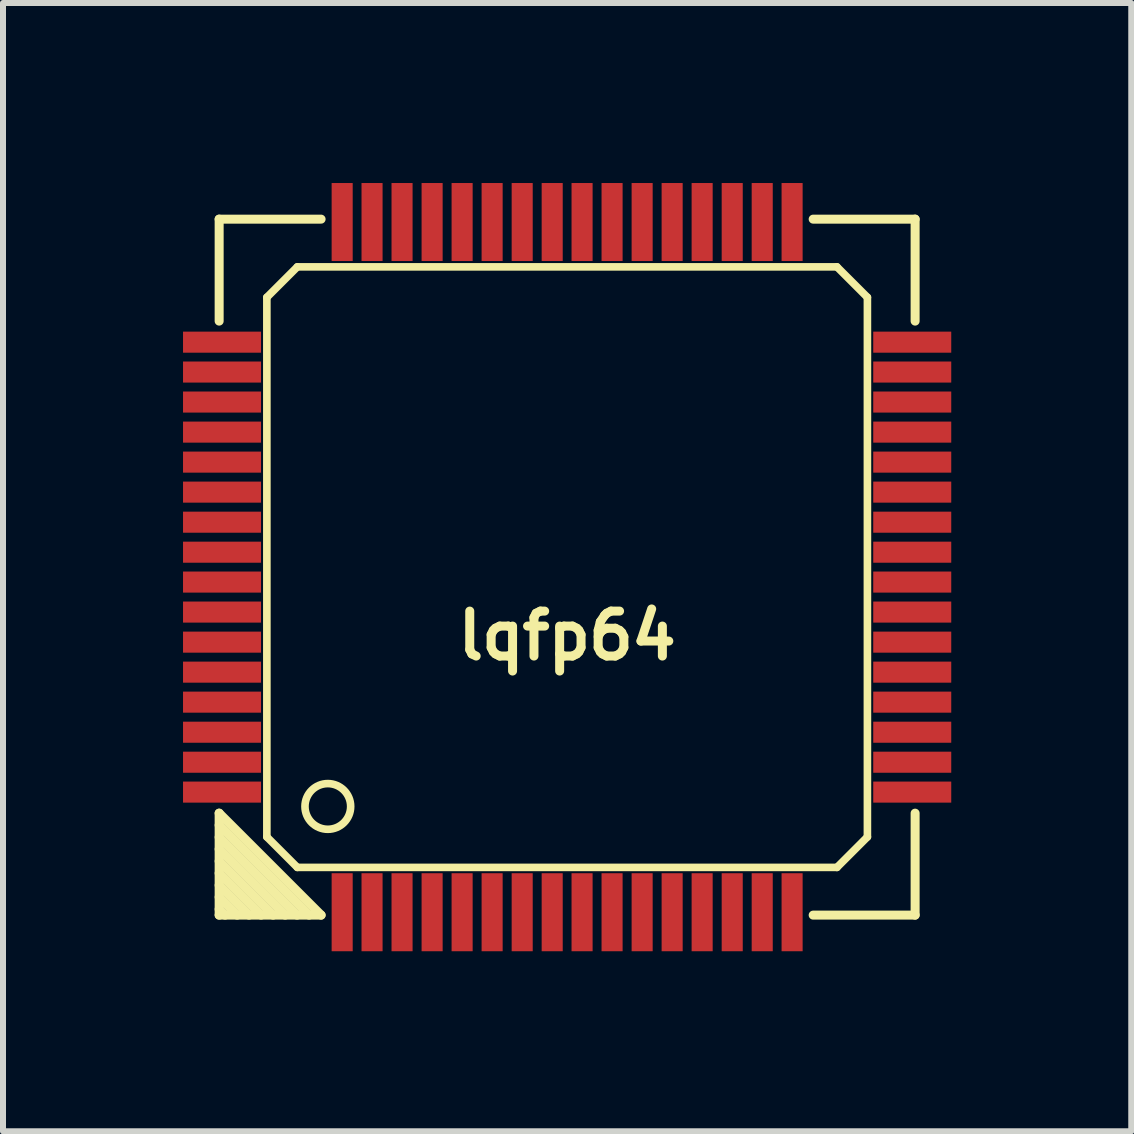
<source format=kicad_pcb>
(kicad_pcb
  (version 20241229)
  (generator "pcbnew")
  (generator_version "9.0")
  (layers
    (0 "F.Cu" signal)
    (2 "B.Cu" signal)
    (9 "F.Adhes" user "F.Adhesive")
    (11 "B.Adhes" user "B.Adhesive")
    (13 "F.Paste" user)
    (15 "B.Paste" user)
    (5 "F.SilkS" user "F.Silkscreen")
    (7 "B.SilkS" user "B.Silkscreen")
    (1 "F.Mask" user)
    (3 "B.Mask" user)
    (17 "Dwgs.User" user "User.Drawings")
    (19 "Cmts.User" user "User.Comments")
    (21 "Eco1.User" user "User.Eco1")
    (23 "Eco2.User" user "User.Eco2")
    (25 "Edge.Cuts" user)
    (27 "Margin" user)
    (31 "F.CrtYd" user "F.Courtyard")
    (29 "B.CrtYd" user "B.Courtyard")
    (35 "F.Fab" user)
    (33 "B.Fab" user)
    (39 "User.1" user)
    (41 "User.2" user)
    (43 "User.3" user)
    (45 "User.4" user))
  (footprint "lqfp64"
    (layer "F.Cu")
    (at 6.401 6.401)
    (property "Reference" "lqfp64" (at 0 1.143 0) (layer "F.SilkS") (effects (font (size 0.749 0.749) (thickness 0.15))))
    (attr smd)
    (fp_line (start -5.799 -5.799) (end -4.1 -5.799) (stroke (width 0.15) (type solid)) (layer "F.SilkS"))
    (fp_line (start -5.799 -4.1) (end -5.799 -5.799) (stroke (width 0.15) (type solid)) (layer "F.SilkS"))
    (fp_line (start -5.799 4.1) (end -4.1 5.799) (stroke (width 0.15) (type solid)) (layer "F.SilkS"))
    (fp_line (start -5.799 4.501) (end -4.501 5.799) (stroke (width 0.15) (type solid)) (layer "F.SilkS"))
    (fp_line (start -5.799 4.9) (end -4.9 5.799) (stroke (width 0.15) (type solid)) (layer "F.SilkS"))
    (fp_line (start -5.799 5.301) (end -5.301 5.799) (stroke (width 0.15) (type solid)) (layer "F.SilkS"))
    (fp_line (start -5.799 5.7) (end -5.7 5.799) (stroke (width 0.15) (type solid)) (layer "F.SilkS"))
    (fp_line (start -5.799 5.799) (end -5.799 4.1) (stroke (width 0.15) (type solid)) (layer "F.SilkS"))
    (fp_line (start -5.499 5.799) (end -5.799 5.499) (stroke (width 0.15) (type solid)) (layer "F.SilkS"))
    (fp_line (start -5.1 5.799) (end -5.799 5.1) (stroke (width 0.15) (type solid)) (layer "F.SilkS"))
    (fp_line (start -5.004 -4.496) (end -4.496 -5.004) (stroke (width 0.127) (type solid)) (layer "F.SilkS"))
    (fp_line (start -5.004 4.496) (end -5.004 -4.496) (stroke (width 0.127) (type solid)) (layer "F.SilkS"))
    (fp_line (start -4.699 5.799) (end -5.799 4.699) (stroke (width 0.15) (type solid)) (layer "F.SilkS"))
    (fp_line (start -4.496 -5.004) (end 4.496 -5.004) (stroke (width 0.127) (type solid)) (layer "F.SilkS"))
    (fp_line (start -4.496 5.004) (end -5.004 4.496) (stroke (width 0.127) (type solid)) (layer "F.SilkS"))
    (fp_line (start -4.3 5.799) (end -5.799 4.3) (stroke (width 0.15) (type solid)) (layer "F.SilkS"))
    (fp_line (start -4.1 5.799) (end -5.799 5.799) (stroke (width 0.15) (type solid)) (layer "F.SilkS"))
    (fp_line (start 4.1 -5.799) (end 5.799 -5.799) (stroke (width 0.15) (type solid)) (layer "F.SilkS"))
    (fp_line (start 4.496 -5.004) (end 5.004 -4.496) (stroke (width 0.127) (type solid)) (layer "F.SilkS"))
    (fp_line (start 4.496 5.004) (end -4.496 5.004) (stroke (width 0.127) (type solid)) (layer "F.SilkS"))
    (fp_line (start 5.004 4.496) (end 4.496 5.004) (stroke (width 0.127) (type solid)) (layer "F.SilkS"))
    (fp_line (start 5.004 4.496) (end 5.004 -4.496) (stroke (width 0.127) (type solid)) (layer "F.SilkS"))
    (fp_line (start 5.799 -5.799) (end 5.799 -4.1) (stroke (width 0.15) (type solid)) (layer "F.SilkS"))
    (fp_line (start 5.799 4.1) (end 5.799 5.799) (stroke (width 0.15) (type solid)) (layer "F.SilkS"))
    (fp_line (start 5.799 5.799) (end 4.1 5.799) (stroke (width 0.15) (type solid)) (layer "F.SilkS"))
    (fp_circle (center -3.988 3.988) (end -4.216 4.293) (stroke (width 0.127) (type solid)) (fill no) (layer "F.SilkS"))
    (pad "1" smd rect (at -3.749 5.751) (size 0.351 1.3) (layers "F.Cu" "F.Mask" "F.Paste"))
    (pad "2" smd rect (at -3.251 5.751) (size 0.351 1.3) (layers "F.Cu" "F.Mask" "F.Paste"))
    (pad "3" smd rect (at -2.751 5.751) (size 0.351 1.3) (layers "F.Cu" "F.Mask" "F.Paste"))
    (pad "4" smd rect (at -2.25 5.751) (size 0.351 1.3) (layers "F.Cu" "F.Mask" "F.Paste"))
    (pad "5" smd rect (at -1.75 5.751) (size 0.351 1.3) (layers "F.Cu" "F.Mask" "F.Paste"))
    (pad "6" smd rect (at -1.25 5.751) (size 0.351 1.3) (layers "F.Cu" "F.Mask" "F.Paste"))
    (pad "7" smd rect (at -0.749 5.751) (size 0.351 1.3) (layers "F.Cu" "F.Mask" "F.Paste"))
    (pad "8" smd rect (at -0.249 5.751) (size 0.351 1.3) (layers "F.Cu" "F.Mask" "F.Paste"))
    (pad "9" smd rect (at 0.249 5.751) (size 0.351 1.3) (layers "F.Cu" "F.Mask" "F.Paste"))
    (pad "10" smd rect (at 0.749 5.751) (size 0.351 1.3) (layers "F.Cu" "F.Mask" "F.Paste"))
    (pad "11" smd rect (at 1.25 5.751) (size 0.351 1.3) (layers "F.Cu" "F.Mask" "F.Paste"))
    (pad "12" smd rect (at 1.75 5.751) (size 0.351 1.3) (layers "F.Cu" "F.Mask" "F.Paste"))
    (pad "13" smd rect (at 2.25 5.751) (size 0.351 1.3) (layers "F.Cu" "F.Mask" "F.Paste"))
    (pad "14" smd rect (at 2.751 5.751) (size 0.351 1.3) (layers "F.Cu" "F.Mask" "F.Paste"))
    (pad "15" smd rect (at 3.251 5.751) (size 0.351 1.3) (layers "F.Cu" "F.Mask" "F.Paste"))
    (pad "16" smd rect (at 3.749 5.751) (size 0.351 1.3) (layers "F.Cu" "F.Mask" "F.Paste"))
    (pad "17" smd rect (at 5.751 3.749) (size 1.3 0.351) (layers "F.Cu" "F.Mask" "F.Paste"))
    (pad "18" smd rect (at 5.751 3.251) (size 1.3 0.351) (layers "F.Cu" "F.Mask" "F.Paste"))
    (pad "19" smd rect (at 5.751 2.751) (size 1.3 0.351) (layers "F.Cu" "F.Mask" "F.Paste"))
    (pad "20" smd rect (at 5.751 2.25) (size 1.3 0.351) (layers "F.Cu" "F.Mask" "F.Paste"))
    (pad "21" smd rect (at 5.751 1.75) (size 1.3 0.351) (layers "F.Cu" "F.Mask" "F.Paste"))
    (pad "22" smd rect (at 5.751 1.25) (size 1.3 0.351) (layers "F.Cu" "F.Mask" "F.Paste"))
    (pad "23" smd rect (at 5.751 0.749) (size 1.3 0.351) (layers "F.Cu" "F.Mask" "F.Paste"))
    (pad "24" smd rect (at 5.751 0.249) (size 1.3 0.351) (layers "F.Cu" "F.Mask" "F.Paste"))
    (pad "25" smd rect (at 5.751 -0.249) (size 1.3 0.351) (layers "F.Cu" "F.Mask" "F.Paste"))
    (pad "26" smd rect (at 5.751 -0.749) (size 1.3 0.351) (layers "F.Cu" "F.Mask" "F.Paste"))
    (pad "27" smd rect (at 5.751 -1.25) (size 1.3 0.351) (layers "F.Cu" "F.Mask" "F.Paste"))
    (pad "28" smd rect (at 5.751 -1.75) (size 1.3 0.351) (layers "F.Cu" "F.Mask" "F.Paste"))
    (pad "29" smd rect (at 5.751 -2.25) (size 1.3 0.351) (layers "F.Cu" "F.Mask" "F.Paste"))
    (pad "30" smd rect (at 5.751 -2.751) (size 1.3 0.351) (layers "F.Cu" "F.Mask" "F.Paste"))
    (pad "31" smd rect (at 5.751 -3.251) (size 1.3 0.351) (layers "F.Cu" "F.Mask" "F.Paste"))
    (pad "32" smd rect (at 5.751 -3.749) (size 1.3 0.351) (layers "F.Cu" "F.Mask" "F.Paste"))
    (pad "33" smd rect (at 3.749 -5.751) (size 0.351 1.3) (layers "F.Cu" "F.Mask" "F.Paste"))
    (pad "34" smd rect (at 3.251 -5.751) (size 0.351 1.3) (layers "F.Cu" "F.Mask" "F.Paste"))
    (pad "35" smd rect (at 2.751 -5.751) (size 0.351 1.3) (layers "F.Cu" "F.Mask" "F.Paste"))
    (pad "36" smd rect (at 2.25 -5.751) (size 0.351 1.3) (layers "F.Cu" "F.Mask" "F.Paste"))
    (pad "37" smd rect (at 1.75 -5.751) (size 0.351 1.3) (layers "F.Cu" "F.Mask" "F.Paste"))
    (pad "38" smd rect (at 1.25 -5.751) (size 0.351 1.3) (layers "F.Cu" "F.Mask" "F.Paste"))
    (pad "39" smd rect (at 0.749 -5.751) (size 0.351 1.3) (layers "F.Cu" "F.Mask" "F.Paste"))
    (pad "40" smd rect (at 0.249 -5.751) (size 0.351 1.3) (layers "F.Cu" "F.Mask" "F.Paste"))
    (pad "41" smd rect (at -0.249 -5.751) (size 0.351 1.3) (layers "F.Cu" "F.Mask" "F.Paste"))
    (pad "42" smd rect (at -0.749 -5.751) (size 0.351 1.3) (layers "F.Cu" "F.Mask" "F.Paste"))
    (pad "43" smd rect (at -1.25 -5.751) (size 0.351 1.3) (layers "F.Cu" "F.Mask" "F.Paste"))
    (pad "44" smd rect (at -1.75 -5.751) (size 0.351 1.3) (layers "F.Cu" "F.Mask" "F.Paste"))
    (pad "45" smd rect (at -2.25 -5.751) (size 0.351 1.3) (layers "F.Cu" "F.Mask" "F.Paste"))
    (pad "46" smd rect (at -2.751 -5.751) (size 0.351 1.3) (layers "F.Cu" "F.Mask" "F.Paste"))
    (pad "47" smd rect (at -3.251 -5.751) (size 0.351 1.3) (layers "F.Cu" "F.Mask" "F.Paste"))
    (pad "48" smd rect (at -3.749 -5.751) (size 0.351 1.3) (layers "F.Cu" "F.Mask" "F.Paste"))
    (pad "49" smd rect (at -5.751 -3.749) (size 1.3 0.351) (layers "F.Cu" "F.Mask" "F.Paste"))
    (pad "50" smd rect (at -5.751 -3.251) (size 1.3 0.351) (layers "F.Cu" "F.Mask" "F.Paste"))
    (pad "51" smd rect (at -5.751 -2.751) (size 1.3 0.351) (layers "F.Cu" "F.Mask" "F.Paste"))
    (pad "52" smd rect (at -5.751 -2.25) (size 1.3 0.351) (layers "F.Cu" "F.Mask" "F.Paste"))
    (pad "53" smd rect (at -5.751 -1.75) (size 1.3 0.351) (layers "F.Cu" "F.Mask" "F.Paste"))
    (pad "54" smd rect (at -5.751 -1.25) (size 1.3 0.351) (layers "F.Cu" "F.Mask" "F.Paste"))
    (pad "55" smd rect (at -5.751 -0.749) (size 1.3 0.351) (layers "F.Cu" "F.Mask" "F.Paste"))
    (pad "56" smd rect (at -5.751 -0.249) (size 1.3 0.351) (layers "F.Cu" "F.Mask" "F.Paste"))
    (pad "57" smd rect (at -5.751 0.249) (size 1.3 0.351) (layers "F.Cu" "F.Mask" "F.Paste"))
    (pad "58" smd rect (at -5.751 0.749) (size 1.3 0.351) (layers "F.Cu" "F.Mask" "F.Paste"))
    (pad "59" smd rect (at -5.751 1.25) (size 1.3 0.351) (layers "F.Cu" "F.Mask" "F.Paste"))
    (pad "60" smd rect (at -5.751 1.75) (size 1.3 0.351) (layers "F.Cu" "F.Mask" "F.Paste"))
    (pad "61" smd rect (at -5.751 2.25) (size 1.3 0.351) (layers "F.Cu" "F.Mask" "F.Paste"))
    (pad "62" smd rect (at -5.751 2.751) (size 1.3 0.351) (layers "F.Cu" "F.Mask" "F.Paste"))
    (pad "63" smd rect (at -5.751 3.251) (size 1.3 0.351) (layers "F.Cu" "F.Mask" "F.Paste"))
    (pad "64" smd rect (at -5.751 3.749) (size 1.3 0.351) (layers "F.Cu" "F.Mask" "F.Paste")))
  (gr_rect
    (start -3 -3)
    (end 15.802 15.802)
    (stroke (width 0.1) (type default))
    (fill no)
    (layer "Edge.Cuts")))
</source>
